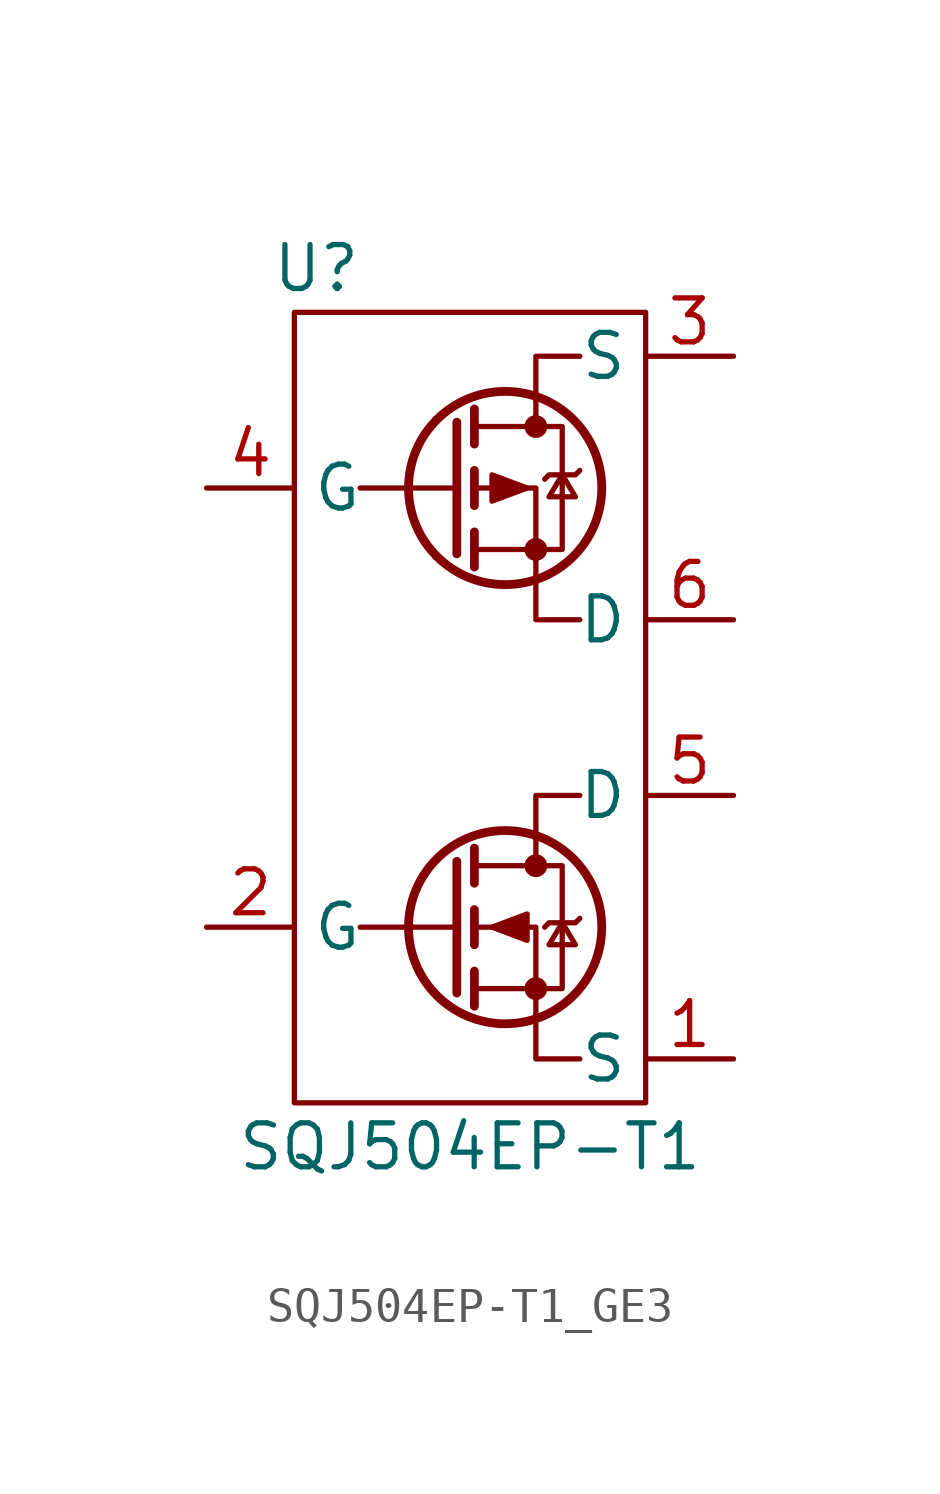
<source format=kicad_sym>
(kicad_symbol_lib
  (version 20220914)
  (generator kicad_symbol_editor)
  (symbol "SQJ504EP-T1_GE3"
    (property "Reference" "U"
      (at -4.445 12.7 0)
      (effects (font (size 1.27 1.27))))
    (property "Value" "SQJ504EP-T1"
      (at 0 -12.7 0)
      (effects (font (size 1.27 1.27))))
    (symbol "SQJ504EP-T1_GE3_0_1"
      (rectangle (start -5.08 11.43) (end 5.08 -11.43) (stroke (width 0) (type default)) (fill (type none)))
      (polyline (pts (xy -0.381 -6.35) (xy -3.175 -6.35)) (stroke (width 0) (type default)) (fill (type none)))
      (polyline (pts (xy -0.381 -4.445) (xy -0.381 -8.255)) (stroke (width 0.254) (type default)) (fill (type none)))
      (polyline (pts (xy -0.381 6.35) (xy -3.175 6.35)) (stroke (width 0) (type default)) (fill (type none)))
      (polyline (pts (xy -0.381 8.255) (xy -0.381 4.445)) (stroke (width 0.254) (type default)) (fill (type none)))
      (polyline (pts (xy 0.127 -7.62) (xy 0.127 -8.636)) (stroke (width 0.254) (type default)) (fill (type none)))
      (polyline (pts (xy 0.127 -5.842) (xy 0.127 -6.858)) (stroke (width 0.254) (type default)) (fill (type none)))
      (polyline (pts (xy 0.127 -4.064) (xy 0.127 -5.08)) (stroke (width 0.254) (type default)) (fill (type none)))
      (polyline (pts (xy 0.127 5.08) (xy 0.127 4.064)) (stroke (width 0.254) (type default)) (fill (type none)))
      (polyline (pts (xy 0.127 6.858) (xy 0.127 5.842)) (stroke (width 0.254) (type default)) (fill (type none)))
      (polyline (pts (xy 0.127 8.636) (xy 0.127 7.62)) (stroke (width 0.254) (type default)) (fill (type none)))
      (polyline (pts (xy 1.905 -3.81) (xy 1.905 -4.572)) (stroke (width 0) (type default)) (fill (type none)))
      (polyline (pts (xy 1.905 8.89) (xy 1.905 8.128)) (stroke (width 0) (type default)) (fill (type none)))
      (polyline (pts (xy 1.905 -8.89) (xy 1.905 -10.16) (xy 3.175 -10.16)) (stroke (width 0) (type default)) (fill (type none)))
      (polyline (pts (xy 1.905 -8.89) (xy 1.905 -6.35) (xy 0.127 -6.35)) (stroke (width 0) (type default)) (fill (type none)))
      (polyline (pts (xy 1.905 -3.81) (xy 1.905 -2.54) (xy 3.175 -2.54)) (stroke (width 0) (type default)) (fill (type none)))
      (polyline (pts (xy 1.905 3.81) (xy 1.905 2.54) (xy 3.175 2.54)) (stroke (width 0) (type default)) (fill (type none)))
      (polyline (pts (xy 1.905 3.81) (xy 1.905 6.35) (xy 0.127 6.35)) (stroke (width 0) (type default)) (fill (type none)))
      (polyline (pts (xy 1.905 8.89) (xy 1.905 10.16) (xy 3.175 10.16)) (stroke (width 0) (type default)) (fill (type none)))
      (polyline (pts (xy 0.127 -4.572) (xy 2.667 -4.572) (xy 2.667 -8.128) (xy 0.127 -8.128)) (stroke (width 0) (type default)) (fill (type none)))
      (polyline (pts (xy 0.127 8.128) (xy 2.667 8.128) (xy 2.667 4.572) (xy 0.127 4.572)) (stroke (width 0) (type default)) (fill (type none)))
      (polyline (pts (xy 0.635 -6.35) (xy 1.651 -6.731) (xy 1.651 -5.969) (xy 0.635 -6.35)) (stroke (width 0) (type default)) (fill (type outline)))
      (polyline (pts (xy 1.651 6.35) (xy 0.635 6.731) (xy 0.635 5.969) (xy 1.651 6.35)) (stroke (width 0) (type default)) (fill (type outline)))
      (polyline (pts (xy 2.159 6.604) (xy 2.286 6.731) (xy 3.048 6.731) (xy 3.175 6.858)) (stroke (width 0) (type default)) (fill (type none)))
      (polyline (pts (xy 2.667 -6.223) (xy 3.048 -6.858) (xy 2.286 -6.858) (xy 2.667 -6.223)) (stroke (width 0) (type default)) (fill (type none)))
      (polyline (pts (xy 2.667 6.731) (xy 3.048 6.096) (xy 2.286 6.096) (xy 2.667 6.731)) (stroke (width 0) (type default)) (fill (type none)))
      (polyline (pts (xy 3.175 -6.096) (xy 3.048 -6.223) (xy 2.286 -6.223) (xy 2.159 -6.35)) (stroke (width 0) (type default)) (fill (type none)))
      (circle (center 1.016 -6.35) (radius 2.794) (stroke (width 0.254) (type default)) (fill (type none)))
      (circle (center 1.016 6.35) (radius 2.794) (stroke (width 0.254) (type default)) (fill (type none)))
      (circle (center 1.905 -8.128) (radius 0.254) (stroke (width 0) (type default)) (fill (type outline)))
      (circle (center 1.905 -4.572) (radius 0.254) (stroke (width 0) (type default)) (fill (type outline)))
      (circle (center 1.905 4.572) (radius 0.254) (stroke (width 0) (type default)) (fill (type outline)))
      (circle (center 1.905 8.128) (radius 0.254) (stroke (width 0) (type default)) (fill (type outline))))
    (symbol "SQJ504EP-T1_GE3_1_1"
      (pin passive line (at 7.62 -10.16 180) (length 2.54) (name "S" (effects (font (size 1.27 1.27)))) (number "1" (effects (font (size 1.27 1.27)))))
      (pin input line (at -7.62 -6.35 0) (length 2.54) (name "G" (effects (font (size 1.27 1.27)))) (number "2" (effects (font (size 1.27 1.27)))))
      (pin passive line (at 7.62 10.16 180) (length 2.54) (name "S" (effects (font (size 1.27 1.27)))) (number "3" (effects (font (size 1.27 1.27)))))
      (pin input line (at -7.62 6.35 0) (length 2.54) (name "G" (effects (font (size 1.27 1.27)))) (number "4" (effects (font (size 1.27 1.27)))))
      (pin passive line (at 7.62 -2.54 180) (length 2.54) (name "D" (effects (font (size 1.27 1.27)))) (number "5" (effects (font (size 1.27 1.27)))))
      (pin passive line (at 7.62 2.54 180) (length 2.54) (name "D" (effects (font (size 1.27 1.27)))) (number "6" (effects (font (size 1.27 1.27))))))))
</source>
